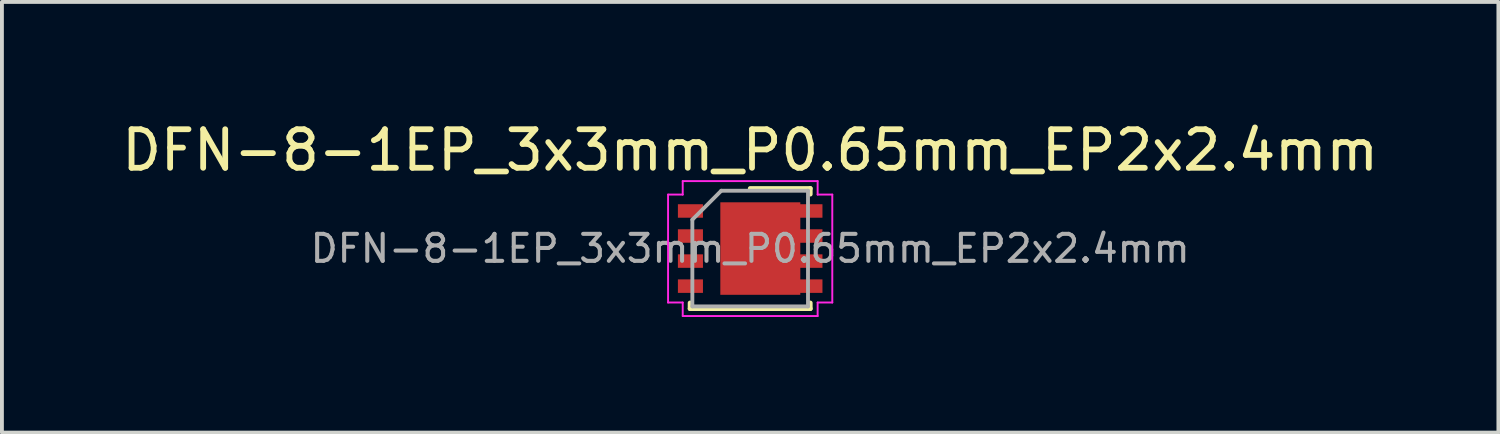
<source format=kicad_pcb>
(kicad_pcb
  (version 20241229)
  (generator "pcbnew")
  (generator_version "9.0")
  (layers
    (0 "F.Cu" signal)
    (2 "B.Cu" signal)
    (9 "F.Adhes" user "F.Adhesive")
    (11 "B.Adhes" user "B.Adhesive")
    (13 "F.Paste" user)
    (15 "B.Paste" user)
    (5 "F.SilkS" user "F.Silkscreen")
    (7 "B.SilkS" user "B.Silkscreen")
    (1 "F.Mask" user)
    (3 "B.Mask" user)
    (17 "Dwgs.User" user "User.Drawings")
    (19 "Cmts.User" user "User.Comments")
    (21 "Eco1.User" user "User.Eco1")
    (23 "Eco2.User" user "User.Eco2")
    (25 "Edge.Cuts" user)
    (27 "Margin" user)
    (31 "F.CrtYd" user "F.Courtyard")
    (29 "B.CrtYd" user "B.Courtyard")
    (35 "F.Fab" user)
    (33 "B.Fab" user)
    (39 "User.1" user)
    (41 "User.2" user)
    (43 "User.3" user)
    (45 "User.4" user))
  (footprint "DFN-8-1EP_3x3mm_P0.65mm_EP2x2.4mm"
    (layer "F.Cu")
    (at 16.411 3.398)
    (property "Reference" "DFN-8-1EP_3x3mm_P0.65mm_EP2x2.4mm" (at 0 -2.55 0) (layer "F.SilkS") (effects (font (size 1 1) (thickness 0.15))))
    (attr smd)
    (fp_line (start -1.56 1.56) (end -1.56 1.41) (stroke (width 0.12) (type solid)) (layer "F.SilkS"))
    (fp_line (start -1.56 1.56) (end 1.56 1.56) (stroke (width 0.12) (type solid)) (layer "F.SilkS"))
    (fp_line (start 0 -1.56) (end 1.56 -1.56) (stroke (width 0.12) (type solid)) (layer "F.SilkS"))
    (fp_line (start 1.56 -1.56) (end 1.56 -1.41) (stroke (width 0.12) (type solid)) (layer "F.SilkS"))
    (fp_line (start 1.56 1.56) (end 1.56 1.41) (stroke (width 0.12) (type solid)) (layer "F.SilkS"))
    (fp_line (start -2.13 -1.4) (end -2.13 1.4) (stroke (width 0.05) (type solid)) (layer "F.CrtYd"))
    (fp_line (start -1.75 -1.75) (end -1.75 -1.4) (stroke (width 0.05) (type solid)) (layer "F.CrtYd"))
    (fp_line (start -1.75 -1.75) (end 1.75 -1.75) (stroke (width 0.05) (type solid)) (layer "F.CrtYd"))
    (fp_line (start -1.75 -1.4) (end -2.13 -1.4) (stroke (width 0.05) (type solid)) (layer "F.CrtYd"))
    (fp_line (start -1.75 1.4) (end -2.13 1.4) (stroke (width 0.05) (type solid)) (layer "F.CrtYd"))
    (fp_line (start -1.75 1.75) (end -1.75 1.4) (stroke (width 0.05) (type solid)) (layer "F.CrtYd"))
    (fp_line (start -1.75 1.75) (end 1.75 1.75) (stroke (width 0.05) (type solid)) (layer "F.CrtYd"))
    (fp_line (start 1.75 -1.75) (end 1.75 -1.4) (stroke (width 0.05) (type solid)) (layer "F.CrtYd"))
    (fp_line (start 1.75 -1.4) (end 2.13 -1.4) (stroke (width 0.05) (type solid)) (layer "F.CrtYd"))
    (fp_line (start 1.75 1.4) (end 2.13 1.4) (stroke (width 0.05) (type solid)) (layer "F.CrtYd"))
    (fp_line (start 1.75 1.75) (end 1.75 1.4) (stroke (width 0.05) (type solid)) (layer "F.CrtYd"))
    (fp_line (start 2.13 -1.4) (end 2.13 1.4) (stroke (width 0.05) (type solid)) (layer "F.CrtYd"))
    (fp_line (start -1.5 -0.75) (end -0.75 -1.5) (stroke (width 0.1) (type solid)) (layer "F.Fab"))
    (fp_line (start -1.5 1.5) (end -1.5 -0.75) (stroke (width 0.1) (type solid)) (layer "F.Fab"))
    (fp_line (start -0.75 -1.5) (end 1.5 -1.5) (stroke (width 0.1) (type solid)) (layer "F.Fab"))
    (fp_line (start 1.5 -1.5) (end 1.5 1.5) (stroke (width 0.1) (type solid)) (layer "F.Fab"))
    (fp_line (start 1.5 1.5) (end -1.5 1.5) (stroke (width 0.1) (type solid)) (layer "F.Fab"))
    (fp_text user "${REFERENCE}" (at 0 0 0) (layer "F.Fab") (effects (font (size 0.7 0.7) (thickness 0.105))))
    (pad "" smd rect (at -0.444 -0.6) (size 0.487 1) (layers "F.Paste"))
    (pad "" smd rect (at -0.444 0.6) (size 0.487 1) (layers "F.Paste"))
    (pad "" smd rect (at 0.2 -0.6) (size 0.512 1) (layers "F.Paste"))
    (pad "" smd rect (at 0.2 0.6) (size 0.512 1) (layers "F.Paste"))
    (pad "" smd rect (at 0.85 -0.6) (size 0.512 1) (layers "F.Paste"))
    (pad "" smd rect (at 0.85 0.6) (size 0.512 1) (layers "F.Paste"))
    (pad "1" smd rect (at -1.55 -0.975) (size 0.65 0.35) (layers "F.Cu" "F.Mask" "F.Paste"))
    (pad "1" smd rect (at -1.55 -0.325) (size 0.65 0.35) (layers "F.Cu" "F.Mask" "F.Paste"))
    (pad "1" smd rect (at -1.55 0.325) (size 0.65 0.35) (layers "F.Cu" "F.Mask" "F.Paste"))
    (pad "2" smd rect (at -1.55 0.975) (size 0.65 0.35) (layers "F.Cu" "F.Mask" "F.Paste"))
    (pad "3" smd rect (at 0.263 0) (size 2.075 2.4) (layers "F.Cu" "F.Mask"))
    (pad "3" smd rect (at 1.55 -0.975) (size 0.65 0.35) (layers "F.Cu" "F.Mask" "F.Paste"))
    (pad "3" smd rect (at 1.55 -0.325) (size 0.65 0.35) (layers "F.Cu" "F.Mask" "F.Paste"))
    (pad "3" smd rect (at 1.55 0.325) (size 0.65 0.35) (layers "F.Cu" "F.Mask" "F.Paste"))
    (pad "3" smd rect (at 1.55 0.975) (size 0.65 0.35) (layers "F.Cu" "F.Mask" "F.Paste")))
  (gr_rect
    (start -3 -3)
    (end 35.821 8.173)
    (stroke (width 0.1) (type default))
    (fill no)
    (layer "Edge.Cuts")))
</source>
